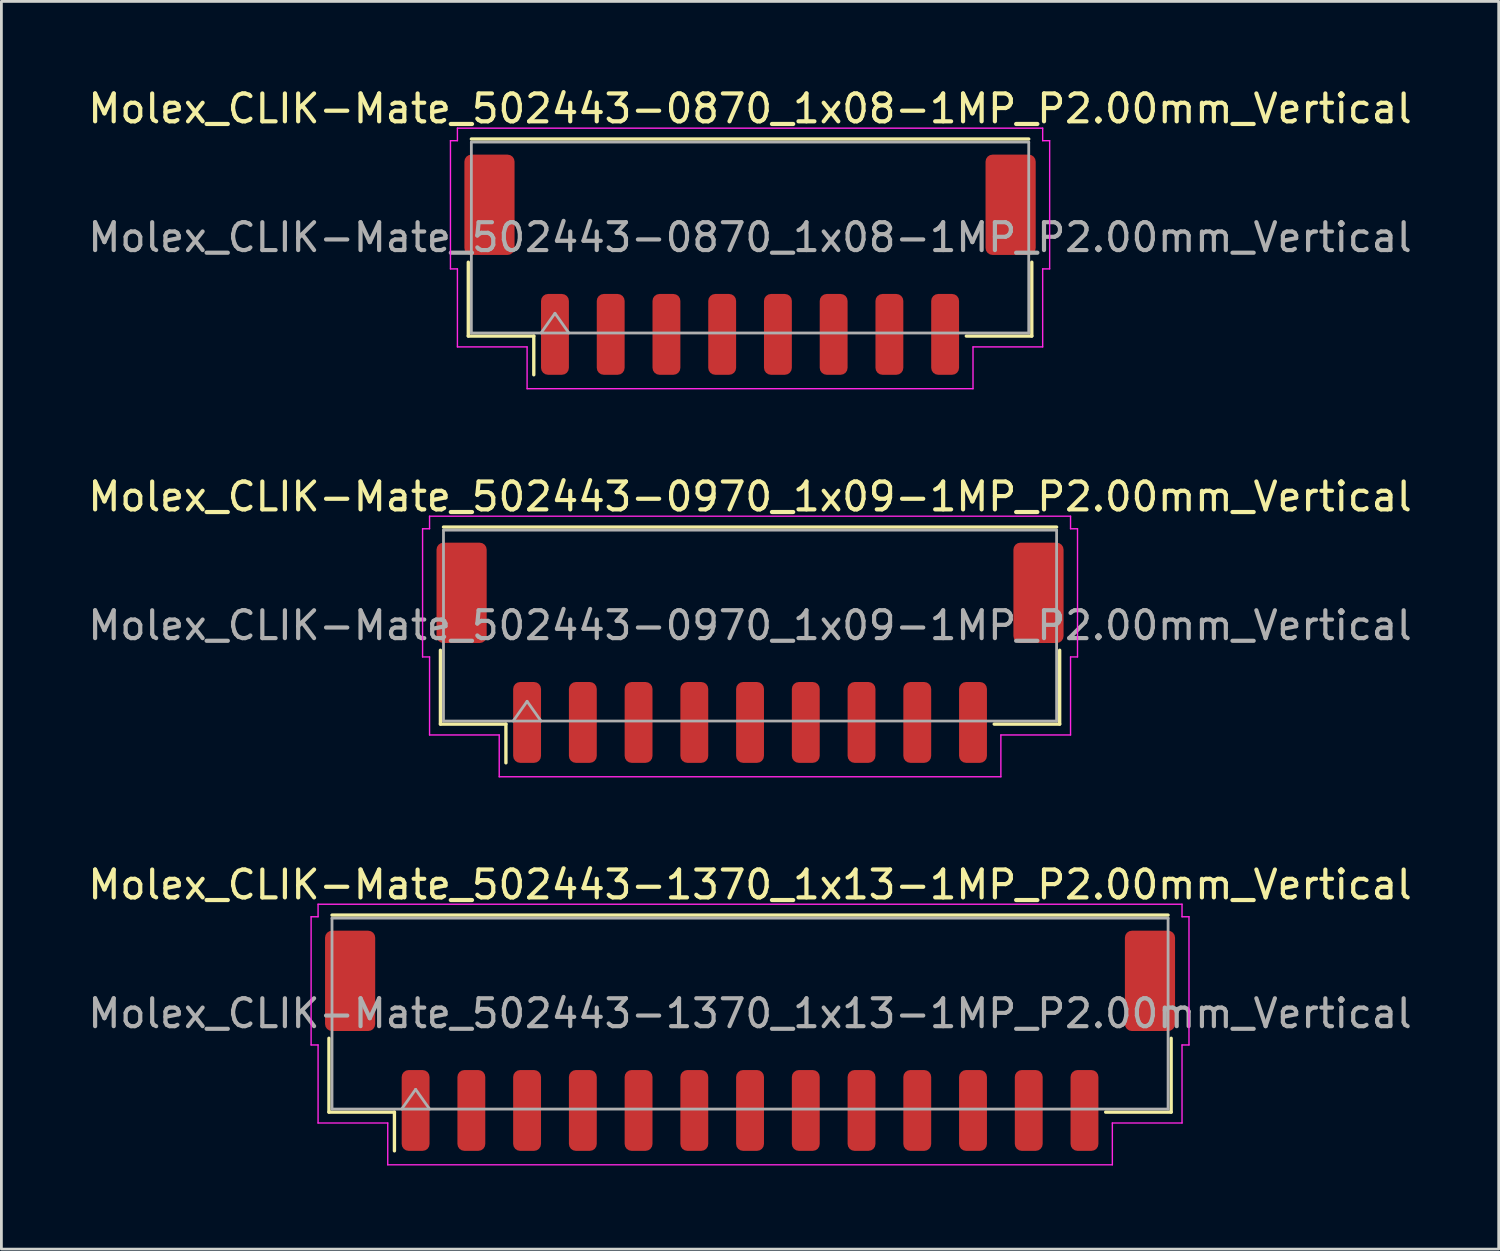
<source format=kicad_pcb>
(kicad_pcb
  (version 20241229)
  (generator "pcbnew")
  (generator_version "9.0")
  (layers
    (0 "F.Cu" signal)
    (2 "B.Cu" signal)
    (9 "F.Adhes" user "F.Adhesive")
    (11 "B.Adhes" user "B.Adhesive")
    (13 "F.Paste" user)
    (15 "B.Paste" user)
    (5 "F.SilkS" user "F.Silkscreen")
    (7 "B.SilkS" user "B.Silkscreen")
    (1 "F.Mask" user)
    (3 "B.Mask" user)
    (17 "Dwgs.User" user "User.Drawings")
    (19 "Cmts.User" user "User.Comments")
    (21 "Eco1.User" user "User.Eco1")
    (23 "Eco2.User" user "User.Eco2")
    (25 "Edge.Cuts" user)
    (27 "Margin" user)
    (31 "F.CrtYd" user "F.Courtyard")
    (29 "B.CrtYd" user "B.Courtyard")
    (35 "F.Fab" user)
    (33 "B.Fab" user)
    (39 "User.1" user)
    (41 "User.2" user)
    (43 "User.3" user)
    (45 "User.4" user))
  (footprint "Molex_CLIK-Mate_502443-0970_1x09-1MP_P2.00mm_Vertical"
    (layer "F.Cu")
    (at 23.863 20.372)
    (property "Reference" "Molex_CLIK-Mate_502443-0970_1x09-1MP_P2.00mm_Vertical" (at 0 -5.6 0) (layer "F.SilkS") (effects (font (size 1 1) (thickness 0.15))))
    (attr smd)
    (fp_line (start -11.11 -0.09) (end -11.11 2.56) (stroke (width 0.12) (type solid)) (layer "F.SilkS"))
    (fp_line (start -11.11 2.56) (end -8.76 2.56) (stroke (width 0.12) (type solid)) (layer "F.SilkS"))
    (fp_line (start -11 -4.51) (end 11 -4.51) (stroke (width 0.12) (type solid)) (layer "F.SilkS"))
    (fp_line (start -8.76 2.56) (end -8.76 3.95) (stroke (width 0.12) (type solid)) (layer "F.SilkS"))
    (fp_line (start 11.11 -0.09) (end 11.11 2.56) (stroke (width 0.12) (type solid)) (layer "F.SilkS"))
    (fp_line (start 11.11 2.56) (end 8.76 2.56) (stroke (width 0.12) (type solid)) (layer "F.SilkS"))
    (fp_line (start -11.75 -4.45) (end -11.5 -4.45) (stroke (width 0.05) (type solid)) (layer "F.CrtYd"))
    (fp_line (start -11.75 0.15) (end -11.75 -4.45) (stroke (width 0.05) (type solid)) (layer "F.CrtYd"))
    (fp_line (start -11.5 -4.9) (end 11.5 -4.9) (stroke (width 0.05) (type solid)) (layer "F.CrtYd"))
    (fp_line (start -11.5 -4.45) (end -11.5 -4.9) (stroke (width 0.05) (type solid)) (layer "F.CrtYd"))
    (fp_line (start -11.5 0.15) (end -11.75 0.15) (stroke (width 0.05) (type solid)) (layer "F.CrtYd"))
    (fp_line (start -11.5 2.95) (end -11.5 0.15) (stroke (width 0.05) (type solid)) (layer "F.CrtYd"))
    (fp_line (start -9 2.95) (end -11.5 2.95) (stroke (width 0.05) (type solid)) (layer "F.CrtYd"))
    (fp_line (start -9 4.45) (end -9 2.95) (stroke (width 0.05) (type solid)) (layer "F.CrtYd"))
    (fp_line (start 9 2.95) (end 9 4.45) (stroke (width 0.05) (type solid)) (layer "F.CrtYd"))
    (fp_line (start 9 4.45) (end -9 4.45) (stroke (width 0.05) (type solid)) (layer "F.CrtYd"))
    (fp_line (start 11.5 -4.9) (end 11.5 -4.45) (stroke (width 0.05) (type solid)) (layer "F.CrtYd"))
    (fp_line (start 11.5 -4.45) (end 11.75 -4.45) (stroke (width 0.05) (type solid)) (layer "F.CrtYd"))
    (fp_line (start 11.5 0.15) (end 11.5 2.95) (stroke (width 0.05) (type solid)) (layer "F.CrtYd"))
    (fp_line (start 11.5 2.95) (end 9 2.95) (stroke (width 0.05) (type solid)) (layer "F.CrtYd"))
    (fp_line (start 11.75 -4.45) (end 11.75 0.15) (stroke (width 0.05) (type solid)) (layer "F.CrtYd"))
    (fp_line (start 11.75 0.15) (end 11.5 0.15) (stroke (width 0.05) (type solid)) (layer "F.CrtYd"))
    (fp_line (start -11 -4.4) (end 11 -4.4) (stroke (width 0.1) (type solid)) (layer "F.Fab"))
    (fp_line (start -11 2.45) (end -11 -4.4) (stroke (width 0.1) (type solid)) (layer "F.Fab"))
    (fp_line (start -11 2.45) (end 11 2.45) (stroke (width 0.1) (type solid)) (layer "F.Fab"))
    (fp_line (start -8.5 2.45) (end -8 1.743) (stroke (width 0.1) (type solid)) (layer "F.Fab"))
    (fp_line (start -8 1.743) (end -7.5 2.45) (stroke (width 0.1) (type solid)) (layer "F.Fab"))
    (fp_line (start 11 2.45) (end 11 -4.4) (stroke (width 0.1) (type solid)) (layer "F.Fab"))
    (fp_text user "${REFERENCE}" (at 0 -0.98 0) (layer "F.Fab") (effects (font (size 1 1) (thickness 0.15))))
    (pad "1" smd roundrect (at -8 2.5) (size 1 2.9) (layers "F.Cu" "F.Mask" "F.Paste") (roundrect_rratio 0.25))
    (pad "2" smd roundrect (at -6 2.5) (size 1 2.9) (layers "F.Cu" "F.Mask" "F.Paste") (roundrect_rratio 0.25))
    (pad "3" smd roundrect (at -4 2.5) (size 1 2.9) (layers "F.Cu" "F.Mask" "F.Paste") (roundrect_rratio 0.25))
    (pad "4" smd roundrect (at -2 2.5) (size 1 2.9) (layers "F.Cu" "F.Mask" "F.Paste") (roundrect_rratio 0.25))
    (pad "5" smd roundrect (at 0 2.5) (size 1 2.9) (layers "F.Cu" "F.Mask" "F.Paste") (roundrect_rratio 0.25))
    (pad "6" smd roundrect (at 2 2.5) (size 1 2.9) (layers "F.Cu" "F.Mask" "F.Paste") (roundrect_rratio 0.25))
    (pad "7" smd roundrect (at 4 2.5) (size 1 2.9) (layers "F.Cu" "F.Mask" "F.Paste") (roundrect_rratio 0.25))
    (pad "8" smd roundrect (at 6 2.5) (size 1 2.9) (layers "F.Cu" "F.Mask" "F.Paste") (roundrect_rratio 0.25))
    (pad "9" smd roundrect (at 8 2.5) (size 1 2.9) (layers "F.Cu" "F.Mask" "F.Paste") (roundrect_rratio 0.25))
    (pad "MP" smd roundrect (at -10.35 -2.15) (size 1.8 3.6) (layers "F.Cu" "F.Mask" "F.Paste") (roundrect_rratio 0.139))
    (pad "MP" smd roundrect (at 10.35 -2.15) (size 1.8 3.6) (layers "F.Cu" "F.Mask" "F.Paste") (roundrect_rratio 0.139)))
  (footprint "Molex_CLIK-Mate_502443-0870_1x08-1MP_P2.00mm_Vertical"
    (layer "F.Cu")
    (at 23.863 6.448)
    (property "Reference" "Molex_CLIK-Mate_502443-0870_1x08-1MP_P2.00mm_Vertical" (at 0 -5.6 0) (layer "F.SilkS") (effects (font (size 1 1) (thickness 0.15))))
    (attr smd)
    (fp_line (start -10.11 -0.09) (end -10.11 2.56) (stroke (width 0.12) (type solid)) (layer "F.SilkS"))
    (fp_line (start -10.11 2.56) (end -7.76 2.56) (stroke (width 0.12) (type solid)) (layer "F.SilkS"))
    (fp_line (start -10 -4.51) (end 10 -4.51) (stroke (width 0.12) (type solid)) (layer "F.SilkS"))
    (fp_line (start -7.76 2.56) (end -7.76 3.95) (stroke (width 0.12) (type solid)) (layer "F.SilkS"))
    (fp_line (start 10.11 -0.09) (end 10.11 2.56) (stroke (width 0.12) (type solid)) (layer "F.SilkS"))
    (fp_line (start 10.11 2.56) (end 7.76 2.56) (stroke (width 0.12) (type solid)) (layer "F.SilkS"))
    (fp_line (start -10.75 -4.45) (end -10.5 -4.45) (stroke (width 0.05) (type solid)) (layer "F.CrtYd"))
    (fp_line (start -10.75 0.15) (end -10.75 -4.45) (stroke (width 0.05) (type solid)) (layer "F.CrtYd"))
    (fp_line (start -10.5 -4.9) (end 10.5 -4.9) (stroke (width 0.05) (type solid)) (layer "F.CrtYd"))
    (fp_line (start -10.5 -4.45) (end -10.5 -4.9) (stroke (width 0.05) (type solid)) (layer "F.CrtYd"))
    (fp_line (start -10.5 0.15) (end -10.75 0.15) (stroke (width 0.05) (type solid)) (layer "F.CrtYd"))
    (fp_line (start -10.5 2.95) (end -10.5 0.15) (stroke (width 0.05) (type solid)) (layer "F.CrtYd"))
    (fp_line (start -8 2.95) (end -10.5 2.95) (stroke (width 0.05) (type solid)) (layer "F.CrtYd"))
    (fp_line (start -8 4.45) (end -8 2.95) (stroke (width 0.05) (type solid)) (layer "F.CrtYd"))
    (fp_line (start 8 2.95) (end 8 4.45) (stroke (width 0.05) (type solid)) (layer "F.CrtYd"))
    (fp_line (start 8 4.45) (end -8 4.45) (stroke (width 0.05) (type solid)) (layer "F.CrtYd"))
    (fp_line (start 10.5 -4.9) (end 10.5 -4.45) (stroke (width 0.05) (type solid)) (layer "F.CrtYd"))
    (fp_line (start 10.5 -4.45) (end 10.75 -4.45) (stroke (width 0.05) (type solid)) (layer "F.CrtYd"))
    (fp_line (start 10.5 0.15) (end 10.5 2.95) (stroke (width 0.05) (type solid)) (layer "F.CrtYd"))
    (fp_line (start 10.5 2.95) (end 8 2.95) (stroke (width 0.05) (type solid)) (layer "F.CrtYd"))
    (fp_line (start 10.75 -4.45) (end 10.75 0.15) (stroke (width 0.05) (type solid)) (layer "F.CrtYd"))
    (fp_line (start 10.75 0.15) (end 10.5 0.15) (stroke (width 0.05) (type solid)) (layer "F.CrtYd"))
    (fp_line (start -10 -4.4) (end 10 -4.4) (stroke (width 0.1) (type solid)) (layer "F.Fab"))
    (fp_line (start -10 2.45) (end -10 -4.4) (stroke (width 0.1) (type solid)) (layer "F.Fab"))
    (fp_line (start -10 2.45) (end 10 2.45) (stroke (width 0.1) (type solid)) (layer "F.Fab"))
    (fp_line (start -7.5 2.45) (end -7 1.743) (stroke (width 0.1) (type solid)) (layer "F.Fab"))
    (fp_line (start -7 1.743) (end -6.5 2.45) (stroke (width 0.1) (type solid)) (layer "F.Fab"))
    (fp_line (start 10 2.45) (end 10 -4.4) (stroke (width 0.1) (type solid)) (layer "F.Fab"))
    (fp_text user "${REFERENCE}" (at 0 -0.98 0) (layer "F.Fab") (effects (font (size 1 1) (thickness 0.15))))
    (pad "1" smd roundrect (at -7 2.5) (size 1 2.9) (layers "F.Cu" "F.Mask" "F.Paste") (roundrect_rratio 0.25))
    (pad "2" smd roundrect (at -5 2.5) (size 1 2.9) (layers "F.Cu" "F.Mask" "F.Paste") (roundrect_rratio 0.25))
    (pad "3" smd roundrect (at -3 2.5) (size 1 2.9) (layers "F.Cu" "F.Mask" "F.Paste") (roundrect_rratio 0.25))
    (pad "4" smd roundrect (at -1 2.5) (size 1 2.9) (layers "F.Cu" "F.Mask" "F.Paste") (roundrect_rratio 0.25))
    (pad "5" smd roundrect (at 1 2.5) (size 1 2.9) (layers "F.Cu" "F.Mask" "F.Paste") (roundrect_rratio 0.25))
    (pad "6" smd roundrect (at 3 2.5) (size 1 2.9) (layers "F.Cu" "F.Mask" "F.Paste") (roundrect_rratio 0.25))
    (pad "7" smd roundrect (at 5 2.5) (size 1 2.9) (layers "F.Cu" "F.Mask" "F.Paste") (roundrect_rratio 0.25))
    (pad "8" smd roundrect (at 7 2.5) (size 1 2.9) (layers "F.Cu" "F.Mask" "F.Paste") (roundrect_rratio 0.25))
    (pad "MP" smd roundrect (at -9.35 -2.15) (size 1.8 3.6) (layers "F.Cu" "F.Mask" "F.Paste") (roundrect_rratio 0.139))
    (pad "MP" smd roundrect (at 9.35 -2.15) (size 1.8 3.6) (layers "F.Cu" "F.Mask" "F.Paste") (roundrect_rratio 0.139)))
  (footprint "Molex_CLIK-Mate_502443-1370_1x13-1MP_P2.00mm_Vertical"
    (layer "F.Cu")
    (at 23.863 34.295)
    (property "Reference" "Molex_CLIK-Mate_502443-1370_1x13-1MP_P2.00mm_Vertical" (at 0 -5.6 0) (layer "F.SilkS") (effects (font (size 1 1) (thickness 0.15))))
    (attr smd)
    (fp_line (start -15.11 -0.09) (end -15.11 2.56) (stroke (width 0.12) (type solid)) (layer "F.SilkS"))
    (fp_line (start -15.11 2.56) (end -12.76 2.56) (stroke (width 0.12) (type solid)) (layer "F.SilkS"))
    (fp_line (start -15 -4.51) (end 15 -4.51) (stroke (width 0.12) (type solid)) (layer "F.SilkS"))
    (fp_line (start -12.76 2.56) (end -12.76 3.95) (stroke (width 0.12) (type solid)) (layer "F.SilkS"))
    (fp_line (start 15.11 -0.09) (end 15.11 2.56) (stroke (width 0.12) (type solid)) (layer "F.SilkS"))
    (fp_line (start 15.11 2.56) (end 12.76 2.56) (stroke (width 0.12) (type solid)) (layer "F.SilkS"))
    (fp_line (start -15.75 -4.45) (end -15.5 -4.45) (stroke (width 0.05) (type solid)) (layer "F.CrtYd"))
    (fp_line (start -15.75 0.15) (end -15.75 -4.45) (stroke (width 0.05) (type solid)) (layer "F.CrtYd"))
    (fp_line (start -15.5 -4.9) (end 15.5 -4.9) (stroke (width 0.05) (type solid)) (layer "F.CrtYd"))
    (fp_line (start -15.5 -4.45) (end -15.5 -4.9) (stroke (width 0.05) (type solid)) (layer "F.CrtYd"))
    (fp_line (start -15.5 0.15) (end -15.75 0.15) (stroke (width 0.05) (type solid)) (layer "F.CrtYd"))
    (fp_line (start -15.5 2.95) (end -15.5 0.15) (stroke (width 0.05) (type solid)) (layer "F.CrtYd"))
    (fp_line (start -13 2.95) (end -15.5 2.95) (stroke (width 0.05) (type solid)) (layer "F.CrtYd"))
    (fp_line (start -13 4.45) (end -13 2.95) (stroke (width 0.05) (type solid)) (layer "F.CrtYd"))
    (fp_line (start 13 2.95) (end 13 4.45) (stroke (width 0.05) (type solid)) (layer "F.CrtYd"))
    (fp_line (start 13 4.45) (end -13 4.45) (stroke (width 0.05) (type solid)) (layer "F.CrtYd"))
    (fp_line (start 15.5 -4.9) (end 15.5 -4.45) (stroke (width 0.05) (type solid)) (layer "F.CrtYd"))
    (fp_line (start 15.5 -4.45) (end 15.75 -4.45) (stroke (width 0.05) (type solid)) (layer "F.CrtYd"))
    (fp_line (start 15.5 0.15) (end 15.5 2.95) (stroke (width 0.05) (type solid)) (layer "F.CrtYd"))
    (fp_line (start 15.5 2.95) (end 13 2.95) (stroke (width 0.05) (type solid)) (layer "F.CrtYd"))
    (fp_line (start 15.75 -4.45) (end 15.75 0.15) (stroke (width 0.05) (type solid)) (layer "F.CrtYd"))
    (fp_line (start 15.75 0.15) (end 15.5 0.15) (stroke (width 0.05) (type solid)) (layer "F.CrtYd"))
    (fp_line (start -15 -4.4) (end 15 -4.4) (stroke (width 0.1) (type solid)) (layer "F.Fab"))
    (fp_line (start -15 2.45) (end -15 -4.4) (stroke (width 0.1) (type solid)) (layer "F.Fab"))
    (fp_line (start -15 2.45) (end 15 2.45) (stroke (width 0.1) (type solid)) (layer "F.Fab"))
    (fp_line (start -12.5 2.45) (end -12 1.743) (stroke (width 0.1) (type solid)) (layer "F.Fab"))
    (fp_line (start -12 1.743) (end -11.5 2.45) (stroke (width 0.1) (type solid)) (layer "F.Fab"))
    (fp_line (start 15 2.45) (end 15 -4.4) (stroke (width 0.1) (type solid)) (layer "F.Fab"))
    (fp_text user "${REFERENCE}" (at 0 -0.98 0) (layer "F.Fab") (effects (font (size 1 1) (thickness 0.15))))
    (pad "1" smd roundrect (at -12 2.5) (size 1 2.9) (layers "F.Cu" "F.Mask" "F.Paste") (roundrect_rratio 0.25))
    (pad "2" smd roundrect (at -10 2.5) (size 1 2.9) (layers "F.Cu" "F.Mask" "F.Paste") (roundrect_rratio 0.25))
    (pad "3" smd roundrect (at -8 2.5) (size 1 2.9) (layers "F.Cu" "F.Mask" "F.Paste") (roundrect_rratio 0.25))
    (pad "4" smd roundrect (at -6 2.5) (size 1 2.9) (layers "F.Cu" "F.Mask" "F.Paste") (roundrect_rratio 0.25))
    (pad "5" smd roundrect (at -4 2.5) (size 1 2.9) (layers "F.Cu" "F.Mask" "F.Paste") (roundrect_rratio 0.25))
    (pad "6" smd roundrect (at -2 2.5) (size 1 2.9) (layers "F.Cu" "F.Mask" "F.Paste") (roundrect_rratio 0.25))
    (pad "7" smd roundrect (at 0 2.5) (size 1 2.9) (layers "F.Cu" "F.Mask" "F.Paste") (roundrect_rratio 0.25))
    (pad "8" smd roundrect (at 2 2.5) (size 1 2.9) (layers "F.Cu" "F.Mask" "F.Paste") (roundrect_rratio 0.25))
    (pad "9" smd roundrect (at 4 2.5) (size 1 2.9) (layers "F.Cu" "F.Mask" "F.Paste") (roundrect_rratio 0.25))
    (pad "10" smd roundrect (at 6 2.5) (size 1 2.9) (layers "F.Cu" "F.Mask" "F.Paste") (roundrect_rratio 0.25))
    (pad "11" smd roundrect (at 8 2.5) (size 1 2.9) (layers "F.Cu" "F.Mask" "F.Paste") (roundrect_rratio 0.25))
    (pad "12" smd roundrect (at 10 2.5) (size 1 2.9) (layers "F.Cu" "F.Mask" "F.Paste") (roundrect_rratio 0.25))
    (pad "13" smd roundrect (at 12 2.5) (size 1 2.9) (layers "F.Cu" "F.Mask" "F.Paste") (roundrect_rratio 0.25))
    (pad "MP" smd roundrect (at -14.35 -2.15) (size 1.8 3.6) (layers "F.Cu" "F.Mask" "F.Paste") (roundrect_rratio 0.139))
    (pad "MP" smd roundrect (at 14.35 -2.15) (size 1.8 3.6) (layers "F.Cu" "F.Mask" "F.Paste") (roundrect_rratio 0.139)))
  (gr_rect
    (start -3 -3)
    (end 50.726 41.77)
    (stroke (width 0.1) (type default))
    (fill no)
    (layer "Edge.Cuts")))
</source>
